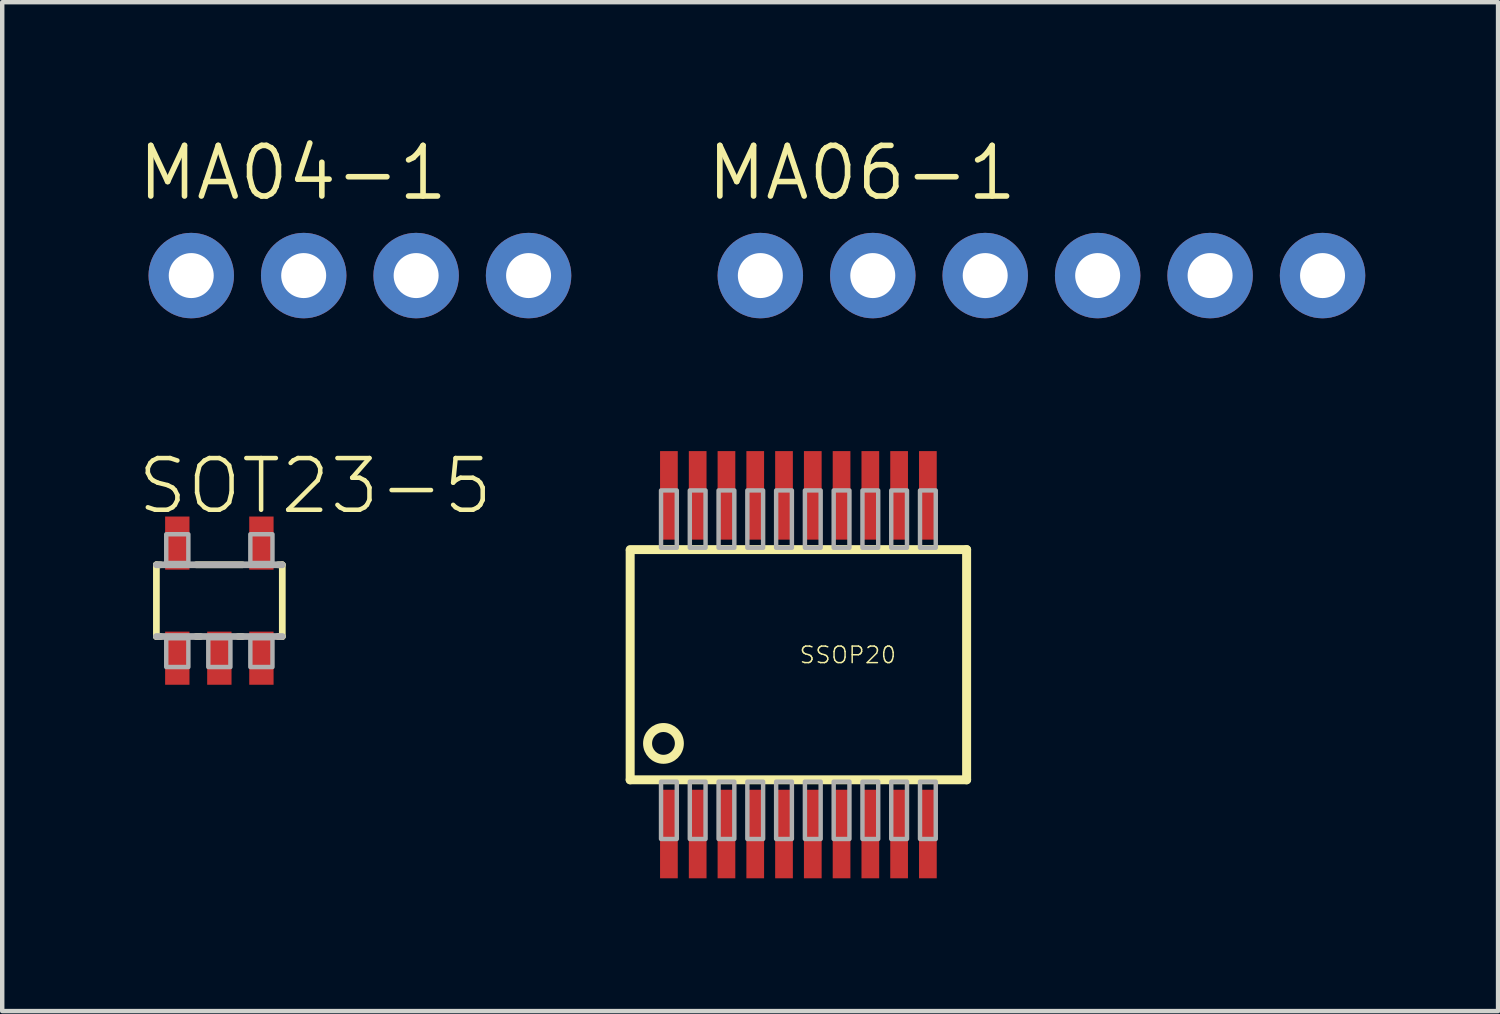
<source format=kicad_pcb>
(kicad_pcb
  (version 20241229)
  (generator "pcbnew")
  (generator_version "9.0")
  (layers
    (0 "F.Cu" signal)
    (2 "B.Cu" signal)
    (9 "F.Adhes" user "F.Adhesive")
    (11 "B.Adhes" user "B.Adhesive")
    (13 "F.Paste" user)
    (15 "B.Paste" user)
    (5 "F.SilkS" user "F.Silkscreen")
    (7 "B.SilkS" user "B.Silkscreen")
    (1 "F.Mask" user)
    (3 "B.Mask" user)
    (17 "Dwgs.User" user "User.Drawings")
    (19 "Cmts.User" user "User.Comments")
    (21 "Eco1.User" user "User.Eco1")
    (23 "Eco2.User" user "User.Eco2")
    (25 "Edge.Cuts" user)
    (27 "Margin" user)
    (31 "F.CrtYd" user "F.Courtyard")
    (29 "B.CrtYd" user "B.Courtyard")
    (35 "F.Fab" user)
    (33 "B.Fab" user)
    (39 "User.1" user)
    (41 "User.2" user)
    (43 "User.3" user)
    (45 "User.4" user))
  (footprint "MA06-1"
    (layer "F.Cu")
    (at 20.475 3.175)
    (property "Reference" "MA06-1" (at -7.62 -1.651 0) (unlocked yes) (layer "F.SilkS") (effects (font (size 1.143 1.143) (thickness 0.127)) (justify left bottom)))
    (fp_poly (pts (xy -6.604 0.254) (xy -6.096 0.254) (xy -6.096 -0.254) (xy -6.604 -0.254)) (stroke (width 0.1) (type default)) (fill no) (layer "F.Fab"))
    (fp_poly (pts (xy -4.064 0.254) (xy -3.556 0.254) (xy -3.556 -0.254) (xy -4.064 -0.254)) (stroke (width 0.1) (type default)) (fill no) (layer "F.Fab"))
    (fp_poly (pts (xy -1.524 0.254) (xy -1.016 0.254) (xy -1.016 -0.254) (xy -1.524 -0.254)) (stroke (width 0.1) (type default)) (fill no) (layer "F.Fab"))
    (fp_poly (pts (xy 1.016 0.254) (xy 1.524 0.254) (xy 1.524 -0.254) (xy 1.016 -0.254)) (stroke (width 0.1) (type default)) (fill no) (layer "F.Fab"))
    (fp_poly (pts (xy 3.556 0.254) (xy 4.064 0.254) (xy 4.064 -0.254) (xy 3.556 -0.254)) (stroke (width 0.1) (type default)) (fill no) (layer "F.Fab"))
    (fp_poly (pts (xy 6.096 0.254) (xy 6.604 0.254) (xy 6.604 -0.254) (xy 6.096 -0.254)) (stroke (width 0.1) (type default)) (fill no) (layer "F.Fab"))
    (pad "1" thru_hole circle (at -6.35 0 90) (size 1.93 1.93) (drill 1.016) (layers "*.Cu" "*.Mask"))
    (pad "2" thru_hole circle (at -3.81 0 90) (size 1.93 1.93) (drill 1.016) (layers "*.Cu" "*.Mask"))
    (pad "3" thru_hole circle (at -1.27 0 90) (size 1.93 1.93) (drill 1.016) (layers "*.Cu" "*.Mask"))
    (pad "4" thru_hole circle (at 1.27 0 90) (size 1.93 1.93) (drill 1.016) (layers "*.Cu" "*.Mask"))
    (pad "5" thru_hole circle (at 3.81 0 90) (size 1.93 1.93) (drill 1.016) (layers "*.Cu" "*.Mask"))
    (pad "6" thru_hole circle (at 6.35 0 90) (size 1.93 1.93) (drill 1.016) (layers "*.Cu" "*.Mask")))
  (footprint "MA04-1"
    (layer "F.Cu")
    (at 5.08 3.175)
    (property "Reference" "MA04-1" (at -5.08 -1.651 0) (unlocked yes) (layer "F.SilkS") (effects (font (size 1.143 1.143) (thickness 0.127)) (justify left bottom)))
    (pad "1" thru_hole circle (at -3.81 0 90) (size 1.93 1.93) (drill 1.016) (layers "*.Cu" "*.Mask"))
    (pad "2" thru_hole circle (at -1.27 0 90) (size 1.93 1.93) (drill 1.016) (layers "*.Cu" "*.Mask"))
    (pad "3" thru_hole circle (at 1.27 0 90) (size 1.93 1.93) (drill 1.016) (layers "*.Cu" "*.Mask"))
    (pad "4" thru_hole circle (at 3.81 0 90) (size 1.93 1.93) (drill 1.016) (layers "*.Cu" "*.Mask")))
  (footprint "SSOP20"
    (layer "F.Cu")
    (at 14.985 11.965)
    (property "Reference" "SSOP20" (at 0 0 0) (unlocked yes) (layer "F.SilkS") (effects (font (size 0.374 0.374) (thickness 0.033)) (justify left bottom)))
    (fp_line (start -3.825 -2.575) (end -3.8 -2.575) (stroke (width 0.127) (type solid)) (layer "F.SilkS"))
    (fp_line (start -3.8 -2.575) (end -3.8 2.6) (stroke (width 0.203) (type solid)) (layer "F.SilkS"))
    (fp_line (start -3.8 2.6) (end 3.8 2.6) (stroke (width 0.203) (type solid)) (layer "F.SilkS"))
    (fp_line (start 3.8 -2.6) (end -3.8 -2.6) (stroke (width 0.203) (type solid)) (layer "F.SilkS"))
    (fp_line (start 3.8 2.6) (end 3.8 -2.6) (stroke (width 0.203) (type solid)) (layer "F.SilkS"))
    (fp_circle (center -3.048 1.778) (end -2.689 1.778) (stroke (width 0.203) (type solid)) (fill no) (layer "F.SilkS"))
    (fp_poly (pts (xy -3.103 3.937) (xy -2.747 3.937) (xy -2.747 2.642) (xy -3.103 2.642)) (stroke (width 0.1) (type default)) (fill no) (layer "F.Fab"))
    (fp_poly (pts (xy -3.103 -2.642) (xy -2.747 -2.642) (xy -2.747 -3.937) (xy -3.103 -3.937)) (stroke (width 0.1) (type default)) (fill no) (layer "F.Fab"))
    (fp_poly (pts (xy -2.453 3.937) (xy -2.097 3.937) (xy -2.097 2.642) (xy -2.453 2.642)) (stroke (width 0.1) (type default)) (fill no) (layer "F.Fab"))
    (fp_poly (pts (xy -2.453 -2.642) (xy -2.097 -2.642) (xy -2.097 -3.937) (xy -2.453 -3.937)) (stroke (width 0.1) (type default)) (fill no) (layer "F.Fab"))
    (fp_poly (pts (xy -1.803 3.937) (xy -1.447 3.937) (xy -1.447 2.642) (xy -1.803 2.642)) (stroke (width 0.1) (type default)) (fill no) (layer "F.Fab"))
    (fp_poly (pts (xy -1.803 -2.642) (xy -1.447 -2.642) (xy -1.447 -3.937) (xy -1.803 -3.937)) (stroke (width 0.1) (type default)) (fill no) (layer "F.Fab"))
    (fp_poly (pts (xy -1.153 3.937) (xy -0.797 3.937) (xy -0.797 2.642) (xy -1.153 2.642)) (stroke (width 0.1) (type default)) (fill no) (layer "F.Fab"))
    (fp_poly (pts (xy -1.153 -2.642) (xy -0.797 -2.642) (xy -0.797 -3.937) (xy -1.153 -3.937)) (stroke (width 0.1) (type default)) (fill no) (layer "F.Fab"))
    (fp_poly (pts (xy -0.503 3.937) (xy -0.147 3.937) (xy -0.147 2.642) (xy -0.503 2.642)) (stroke (width 0.1) (type default)) (fill no) (layer "F.Fab"))
    (fp_poly (pts (xy -0.503 -2.642) (xy -0.147 -2.642) (xy -0.147 -3.937) (xy -0.503 -3.937)) (stroke (width 0.1) (type default)) (fill no) (layer "F.Fab"))
    (fp_poly (pts (xy 0.147 3.937) (xy 0.503 3.937) (xy 0.503 2.642) (xy 0.147 2.642)) (stroke (width 0.1) (type default)) (fill no) (layer "F.Fab"))
    (fp_poly (pts (xy 0.147 -2.642) (xy 0.503 -2.642) (xy 0.503 -3.937) (xy 0.147 -3.937)) (stroke (width 0.1) (type default)) (fill no) (layer "F.Fab"))
    (fp_poly (pts (xy 0.797 3.937) (xy 1.153 3.937) (xy 1.153 2.642) (xy 0.797 2.642)) (stroke (width 0.1) (type default)) (fill no) (layer "F.Fab"))
    (fp_poly (pts (xy 0.797 -2.642) (xy 1.153 -2.642) (xy 1.153 -3.937) (xy 0.797 -3.937)) (stroke (width 0.1) (type default)) (fill no) (layer "F.Fab"))
    (fp_poly (pts (xy 1.447 -2.642) (xy 1.803 -2.642) (xy 1.803 -3.937) (xy 1.447 -3.937)) (stroke (width 0.1) (type default)) (fill no) (layer "F.Fab"))
    (fp_poly (pts (xy 1.447 3.937) (xy 1.803 3.937) (xy 1.803 2.642) (xy 1.447 2.642)) (stroke (width 0.1) (type default)) (fill no) (layer "F.Fab"))
    (fp_poly (pts (xy 2.097 -2.642) (xy 2.453 -2.642) (xy 2.453 -3.937) (xy 2.097 -3.937)) (stroke (width 0.1) (type default)) (fill no) (layer "F.Fab"))
    (fp_poly (pts (xy 2.097 3.937) (xy 2.453 3.937) (xy 2.453 2.642) (xy 2.097 2.642)) (stroke (width 0.1) (type default)) (fill no) (layer "F.Fab"))
    (fp_poly (pts (xy 2.747 -2.642) (xy 3.103 -2.642) (xy 3.103 -3.937) (xy 2.747 -3.937)) (stroke (width 0.1) (type default)) (fill no) (layer "F.Fab"))
    (fp_poly (pts (xy 2.747 3.937) (xy 3.103 3.937) (xy 3.103 2.642) (xy 2.747 2.642)) (stroke (width 0.1) (type default)) (fill no) (layer "F.Fab"))
    (pad "1" smd rect (at -2.925 3.825) (size 0.4 2) (layers "F.Cu" "F.Mask" "F.Paste"))
    (pad "2" smd rect (at -2.275 3.825) (size 0.4 2) (layers "F.Cu" "F.Mask" "F.Paste"))
    (pad "3" smd rect (at -1.625 3.825) (size 0.4 2) (layers "F.Cu" "F.Mask" "F.Paste"))
    (pad "4" smd rect (at -0.975 3.825) (size 0.4 2) (layers "F.Cu" "F.Mask" "F.Paste"))
    (pad "5" smd rect (at -0.325 3.825) (size 0.4 2) (layers "F.Cu" "F.Mask" "F.Paste"))
    (pad "6" smd rect (at 0.325 3.825) (size 0.4 2) (layers "F.Cu" "F.Mask" "F.Paste"))
    (pad "7" smd rect (at 0.975 3.825) (size 0.4 2) (layers "F.Cu" "F.Mask" "F.Paste"))
    (pad "8" smd rect (at 1.625 3.825) (size 0.4 2) (layers "F.Cu" "F.Mask" "F.Paste"))
    (pad "9" smd rect (at 2.275 3.825) (size 0.4 2) (layers "F.Cu" "F.Mask" "F.Paste"))
    (pad "10" smd rect (at 2.925 3.825) (size 0.4 2) (layers "F.Cu" "F.Mask" "F.Paste"))
    (pad "11" smd rect (at 2.925 -3.825) (size 0.4 2) (layers "F.Cu" "F.Mask" "F.Paste"))
    (pad "12" smd rect (at 2.275 -3.825) (size 0.4 2) (layers "F.Cu" "F.Mask" "F.Paste"))
    (pad "13" smd rect (at 1.625 -3.825) (size 0.4 2) (layers "F.Cu" "F.Mask" "F.Paste"))
    (pad "14" smd rect (at 0.975 -3.825) (size 0.4 2) (layers "F.Cu" "F.Mask" "F.Paste"))
    (pad "15" smd rect (at 0.325 -3.825) (size 0.4 2) (layers "F.Cu" "F.Mask" "F.Paste"))
    (pad "16" smd rect (at -0.325 -3.825) (size 0.4 2) (layers "F.Cu" "F.Mask" "F.Paste"))
    (pad "17" smd rect (at -0.975 -3.825) (size 0.4 2) (layers "F.Cu" "F.Mask" "F.Paste"))
    (pad "18" smd rect (at -1.625 -3.825) (size 0.4 2) (layers "F.Cu" "F.Mask" "F.Paste"))
    (pad "19" smd rect (at -2.275 -3.825) (size 0.4 2) (layers "F.Cu" "F.Mask" "F.Paste"))
    (pad "20" smd rect (at -2.925 -3.825) (size 0.4 2) (layers "F.Cu" "F.Mask" "F.Paste")))
  (footprint "SOT23-5"
    (layer "F.Cu")
    (at 1.905 10.518)
    (property "Reference" "SOT23-5" (at -1.905 -1.905 0) (unlocked yes) (layer "F.SilkS") (effects (font (size 1.168 1.168) (thickness 0.102)) (justify left bottom)))
    (fp_line (start -1.422 -0.81) (end -1.328 -0.81) (stroke (width 0.152) (type solid)) (layer "F.SilkS"))
    (fp_line (start -1.422 0.81) (end -1.422 -0.81) (stroke (width 0.152) (type solid)) (layer "F.SilkS"))
    (fp_line (start -1.328 0.81) (end -1.422 0.81) (stroke (width 0.152) (type solid)) (layer "F.SilkS"))
    (fp_line (start -0.522 -0.81) (end 0.522 -0.81) (stroke (width 0.152) (type solid)) (layer "F.SilkS"))
    (fp_line (start -0.428 0.81) (end -0.522 0.81) (stroke (width 0.152) (type solid)) (layer "F.SilkS"))
    (fp_line (start 0.522 0.81) (end 0.428 0.81) (stroke (width 0.152) (type solid)) (layer "F.SilkS"))
    (fp_line (start 1.328 -0.81) (end 1.422 -0.81) (stroke (width 0.152) (type solid)) (layer "F.SilkS"))
    (fp_line (start 1.422 -0.81) (end 1.422 0.81) (stroke (width 0.152) (type solid)) (layer "F.SilkS"))
    (fp_line (start 1.422 0.81) (end 1.328 0.81) (stroke (width 0.152) (type solid)) (layer "F.SilkS"))
    (fp_line (start -1.422 -0.81) (end 1.422 -0.81) (stroke (width 0.152) (type solid)) (layer "F.Fab"))
    (fp_line (start 1.422 0.81) (end -1.422 0.81) (stroke (width 0.152) (type solid)) (layer "F.Fab"))
    (fp_poly (pts (xy -1.2 -0.85) (xy -0.7 -0.85) (xy -0.7 -1.5) (xy -1.2 -1.5)) (stroke (width 0.1) (type default)) (fill no) (layer "F.Fab"))
    (fp_poly (pts (xy -1.2 1.5) (xy -0.7 1.5) (xy -0.7 0.85) (xy -1.2 0.85)) (stroke (width 0.1) (type default)) (fill no) (layer "F.Fab"))
    (fp_poly (pts (xy -0.25 1.5) (xy 0.25 1.5) (xy 0.25 0.85) (xy -0.25 0.85)) (stroke (width 0.1) (type default)) (fill no) (layer "F.Fab"))
    (fp_poly (pts (xy 0.7 -0.85) (xy 1.2 -0.85) (xy 1.2 -1.5) (xy 0.7 -1.5)) (stroke (width 0.1) (type default)) (fill no) (layer "F.Fab"))
    (fp_poly (pts (xy 0.7 1.5) (xy 1.2 1.5) (xy 1.2 0.85) (xy 0.7 0.85)) (stroke (width 0.1) (type default)) (fill no) (layer "F.Fab"))
    (pad "1" smd rect (at -0.95 1.3) (size 0.55 1.2) (layers "F.Cu" "F.Mask" "F.Paste"))
    (pad "2" smd rect (at 0 1.3) (size 0.55 1.2) (layers "F.Cu" "F.Mask" "F.Paste"))
    (pad "3" smd rect (at 0.95 1.3) (size 0.55 1.2) (layers "F.Cu" "F.Mask" "F.Paste"))
    (pad "4" smd rect (at 0.95 -1.3) (size 0.55 1.2) (layers "F.Cu" "F.Mask" "F.Paste"))
    (pad "5" smd rect (at -0.95 -1.3) (size 0.55 1.2) (layers "F.Cu" "F.Mask" "F.Paste")))
  (gr_rect
    (start -3 -3)
    (end 30.79 19.79)
    (stroke (width 0.1) (type default))
    (fill no)
    (layer "Edge.Cuts")))
</source>
